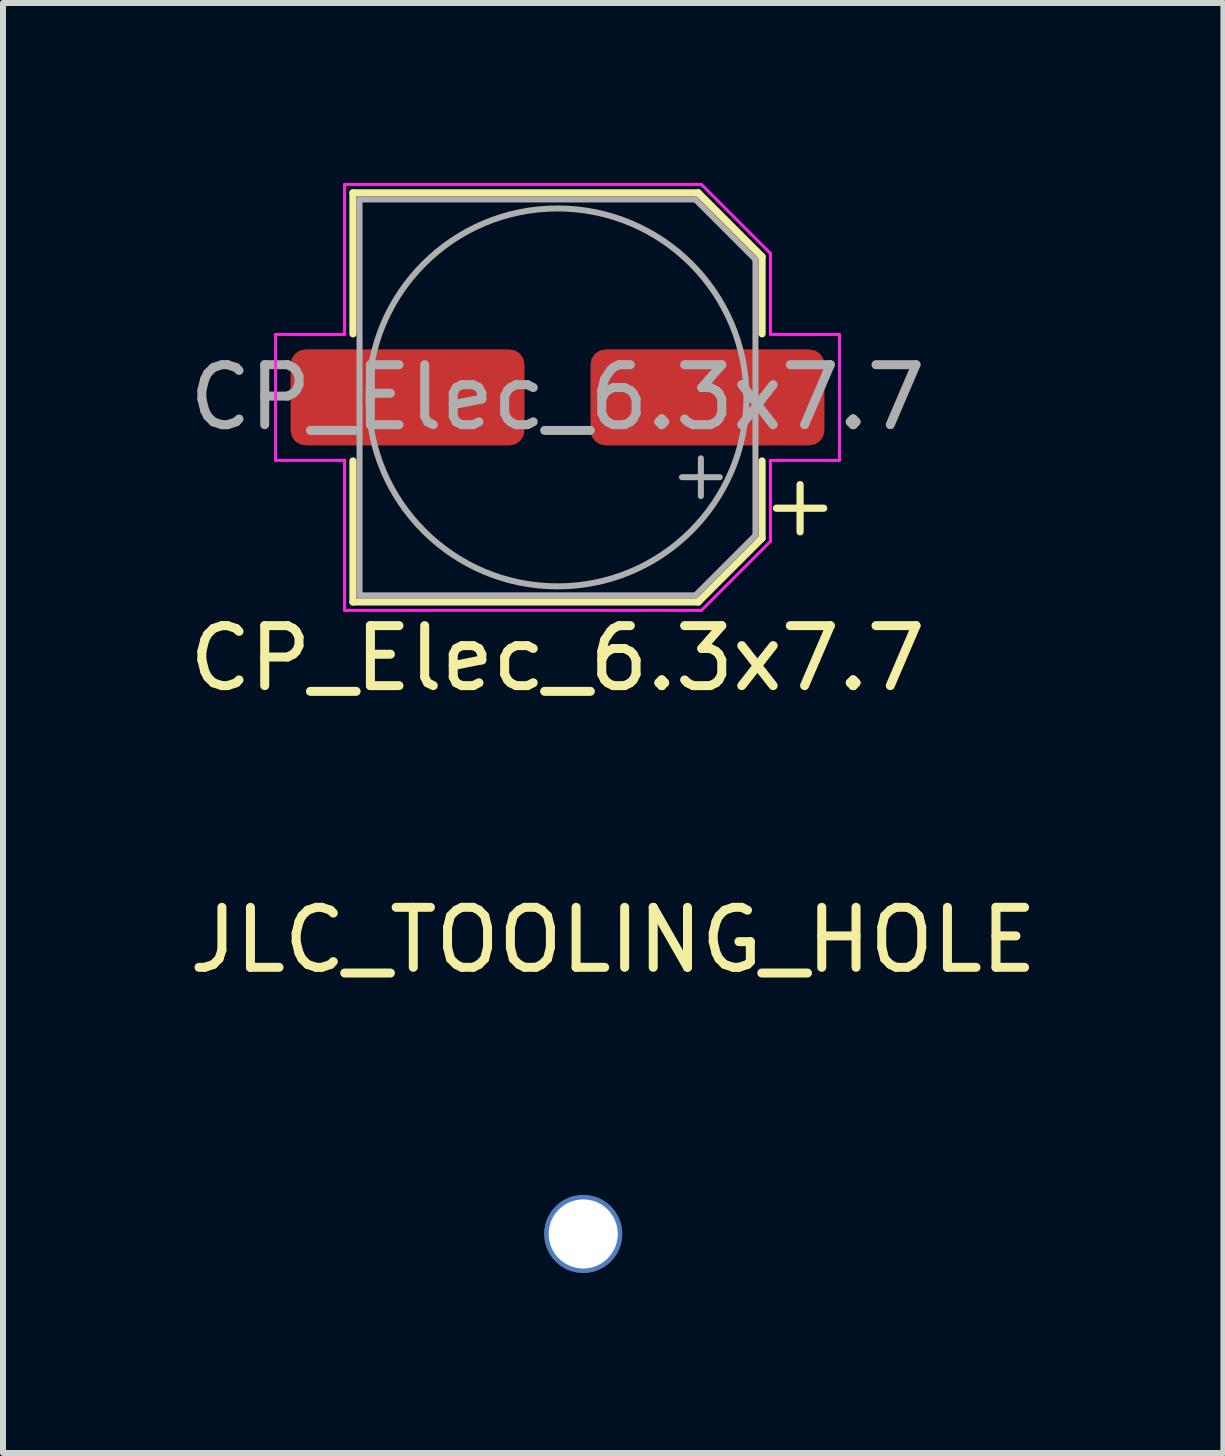
<source format=kicad_pcb>
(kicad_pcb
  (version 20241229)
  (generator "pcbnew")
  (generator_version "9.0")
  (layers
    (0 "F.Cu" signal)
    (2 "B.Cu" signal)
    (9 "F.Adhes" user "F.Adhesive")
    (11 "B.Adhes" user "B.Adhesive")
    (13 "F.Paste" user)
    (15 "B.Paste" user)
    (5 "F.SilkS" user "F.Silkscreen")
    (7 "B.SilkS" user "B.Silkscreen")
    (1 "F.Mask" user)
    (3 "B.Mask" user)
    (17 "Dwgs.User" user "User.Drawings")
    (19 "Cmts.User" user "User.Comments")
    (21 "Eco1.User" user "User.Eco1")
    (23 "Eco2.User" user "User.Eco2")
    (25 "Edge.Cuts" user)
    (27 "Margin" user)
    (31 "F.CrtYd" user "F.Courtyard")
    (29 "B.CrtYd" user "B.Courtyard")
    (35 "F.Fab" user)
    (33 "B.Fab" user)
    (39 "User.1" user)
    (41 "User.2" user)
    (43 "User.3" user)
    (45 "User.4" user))
  (footprint "JLC_TOOLING_HOLE"
    (layer "F.Cu")
    (at 6.673 17.521)
    (property "Reference" "JLC_TOOLING_HOLE" (at 0.5 -4.9 0) (layer "F.SilkS") (effects (font (size 1 1) (thickness 0.15))))
    (attr through_hole)
    (pad "1" thru_hole circle (at 0 0) (size 1.3 1.3) (drill 1.152) (layers "*.Cu" "*.Mask")))
  (footprint "CP_Elec_6.3x7.7"
    (layer "F.Cu")
    (at 6.244 3.575)
    (property "Reference" "CP_Elec_6.3x7.7" (at 0 4.35 180) (layer "F.SilkS") (effects (font (size 1 1) (thickness 0.15))))
    (attr smd)
    (fp_line (start -3.41 -3.41) (end -3.41 -1.06) (stroke (width 0.12) (type solid)) (layer "F.SilkS"))
    (fp_line (start -3.41 3.41) (end -3.41 1.06) (stroke (width 0.12) (type solid)) (layer "F.SilkS"))
    (fp_line (start 2.346 -3.41) (end -3.41 -3.41) (stroke (width 0.12) (type solid)) (layer "F.SilkS"))
    (fp_line (start 2.346 3.41) (end -3.41 3.41) (stroke (width 0.12) (type solid)) (layer "F.SilkS"))
    (fp_line (start 3.41 -2.346) (end 2.346 -3.41) (stroke (width 0.12) (type solid)) (layer "F.SilkS"))
    (fp_line (start 3.41 -2.346) (end 3.41 -1.06) (stroke (width 0.12) (type solid)) (layer "F.SilkS"))
    (fp_line (start 3.41 2.346) (end 2.346 3.41) (stroke (width 0.12) (type solid)) (layer "F.SilkS"))
    (fp_line (start 3.41 2.346) (end 3.41 1.06) (stroke (width 0.12) (type solid)) (layer "F.SilkS"))
    (fp_line (start 4.044 2.241) (end 4.044 1.454) (stroke (width 0.12) (type solid)) (layer "F.SilkS"))
    (fp_line (start 4.438 1.847) (end 3.65 1.847) (stroke (width 0.12) (type solid)) (layer "F.SilkS"))
    (fp_line (start -4.7 -1.05) (end -3.55 -1.05) (stroke (width 0.05) (type solid)) (layer "F.CrtYd"))
    (fp_line (start -4.7 1.05) (end -4.7 -1.05) (stroke (width 0.05) (type solid)) (layer "F.CrtYd"))
    (fp_line (start -3.55 -1.05) (end -3.55 -3.55) (stroke (width 0.05) (type solid)) (layer "F.CrtYd"))
    (fp_line (start -3.55 1.05) (end -4.7 1.05) (stroke (width 0.05) (type solid)) (layer "F.CrtYd"))
    (fp_line (start -3.55 3.55) (end -3.55 1.05) (stroke (width 0.05) (type solid)) (layer "F.CrtYd"))
    (fp_line (start 2.4 -3.55) (end -3.55 -3.55) (stroke (width 0.05) (type solid)) (layer "F.CrtYd"))
    (fp_line (start 2.4 3.55) (end -3.55 3.55) (stroke (width 0.05) (type solid)) (layer "F.CrtYd"))
    (fp_line (start 3.55 -2.4) (end 2.4 -3.55) (stroke (width 0.05) (type solid)) (layer "F.CrtYd"))
    (fp_line (start 3.55 -1.05) (end 3.55 -2.4) (stroke (width 0.05) (type solid)) (layer "F.CrtYd"))
    (fp_line (start 3.55 1.05) (end 4.7 1.05) (stroke (width 0.05) (type solid)) (layer "F.CrtYd"))
    (fp_line (start 3.55 2.4) (end 2.4 3.55) (stroke (width 0.05) (type solid)) (layer "F.CrtYd"))
    (fp_line (start 3.55 2.4) (end 3.55 1.05) (stroke (width 0.05) (type solid)) (layer "F.CrtYd"))
    (fp_line (start 4.7 -1.05) (end 3.55 -1.05) (stroke (width 0.05) (type solid)) (layer "F.CrtYd"))
    (fp_line (start 4.7 1.05) (end 4.7 -1.05) (stroke (width 0.05) (type solid)) (layer "F.CrtYd"))
    (fp_line (start -3.3 3.3) (end -3.3 -3.3) (stroke (width 0.1) (type solid)) (layer "F.Fab"))
    (fp_line (start 2.3 -3.3) (end -3.3 -3.3) (stroke (width 0.1) (type solid)) (layer "F.Fab"))
    (fp_line (start 2.3 3.3) (end -3.3 3.3) (stroke (width 0.1) (type solid)) (layer "F.Fab"))
    (fp_line (start 2.39 1.645) (end 2.39 1.015) (stroke (width 0.1) (type solid)) (layer "F.Fab"))
    (fp_line (start 2.705 1.33) (end 2.075 1.33) (stroke (width 0.1) (type solid)) (layer "F.Fab"))
    (fp_line (start 3.3 -2.3) (end 2.3 -3.3) (stroke (width 0.1) (type solid)) (layer "F.Fab"))
    (fp_line (start 3.3 2.3) (end 2.3 3.3) (stroke (width 0.1) (type solid)) (layer "F.Fab"))
    (fp_line (start 3.3 2.3) (end 3.3 -2.3) (stroke (width 0.1) (type solid)) (layer "F.Fab"))
    (fp_circle (center 0 0) (end -3.15 0) (stroke (width 0.1) (type solid)) (fill no) (layer "F.Fab"))
    (fp_text user "${REFERENCE}" (at 0 0 180) (layer "F.Fab") (effects (font (size 1 1) (thickness 0.15))))
    (pad "1" smd roundrect (at 2.5 0 180) (size 3.9 1.6) (layers "F.Cu" "F.Mask" "F.Paste") (roundrect_rratio 0.156))
    (pad "2" smd roundrect (at -2.5 0 180) (size 3.9 1.6) (layers "F.Cu" "F.Mask" "F.Paste") (roundrect_rratio 0.156)))
  (gr_rect
    (start -3 -3)
    (end 17.345 21.172)
    (stroke (width 0.1) (type default))
    (fill no)
    (layer "Edge.Cuts")))
</source>
